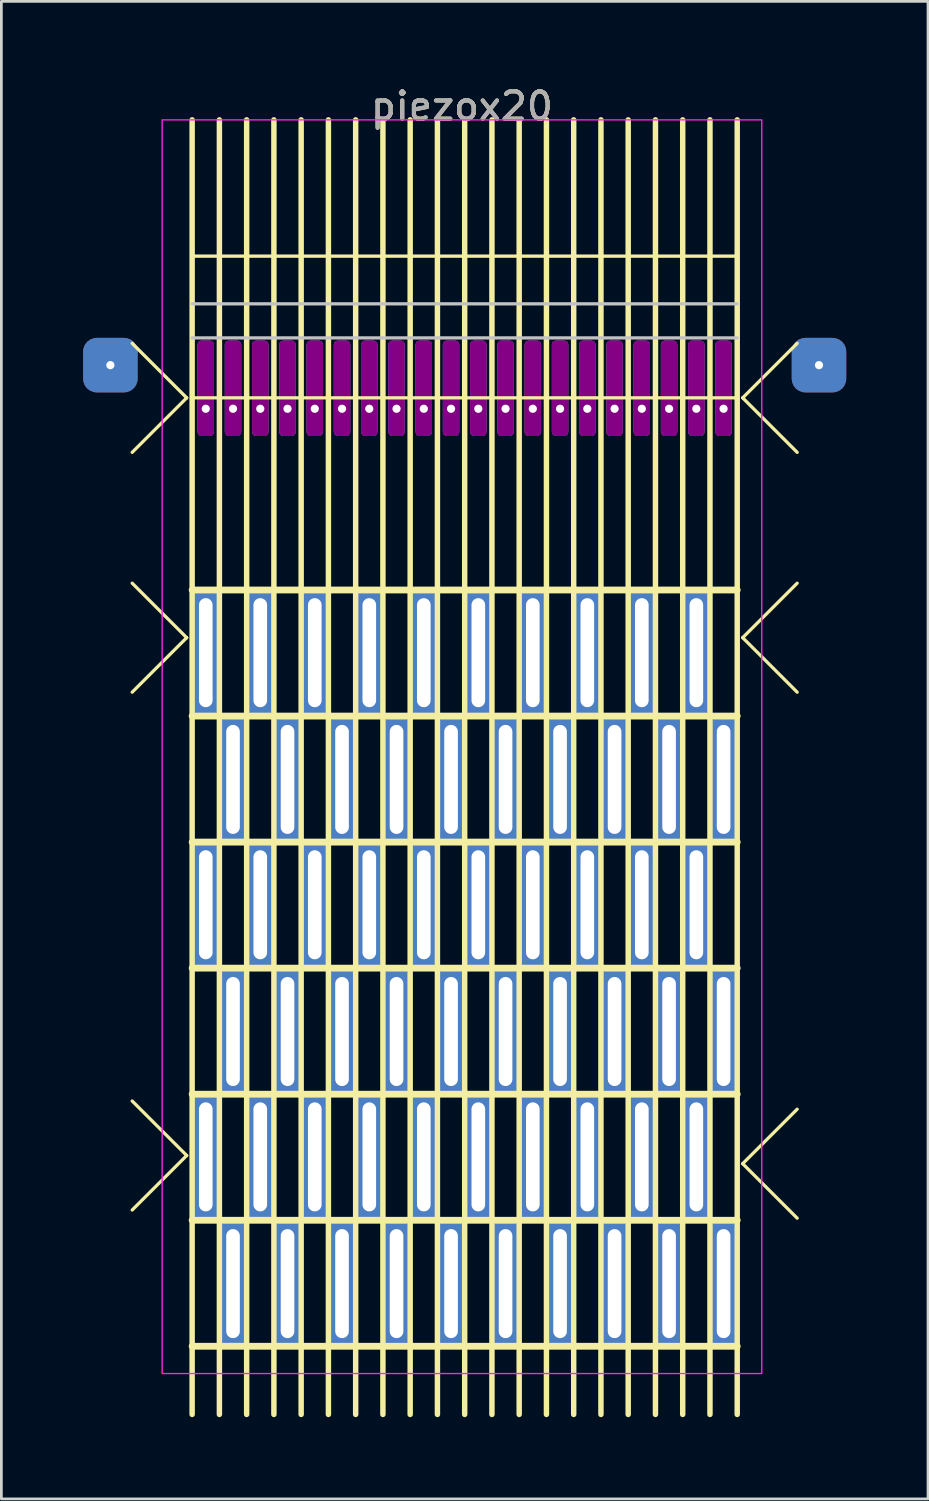
<source format=kicad_pcb>
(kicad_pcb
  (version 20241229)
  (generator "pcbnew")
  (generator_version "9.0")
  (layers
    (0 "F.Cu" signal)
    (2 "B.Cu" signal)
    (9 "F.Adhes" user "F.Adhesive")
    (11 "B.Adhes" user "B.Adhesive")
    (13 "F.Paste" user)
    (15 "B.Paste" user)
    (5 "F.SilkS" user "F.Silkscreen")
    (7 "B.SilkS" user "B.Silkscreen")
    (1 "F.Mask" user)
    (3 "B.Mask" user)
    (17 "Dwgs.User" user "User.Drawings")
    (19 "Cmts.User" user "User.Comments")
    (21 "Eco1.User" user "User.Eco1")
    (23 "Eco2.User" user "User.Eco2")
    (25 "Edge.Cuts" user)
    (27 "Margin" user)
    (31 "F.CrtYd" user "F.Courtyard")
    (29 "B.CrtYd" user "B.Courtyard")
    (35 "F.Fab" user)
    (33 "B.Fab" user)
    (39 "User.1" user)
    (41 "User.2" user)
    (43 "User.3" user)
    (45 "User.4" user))
  (footprint "piezox20"
    (layer "F.Cu")
    (at 13.9 6.348)
    (property "Reference" "piezox20" (at 0 -5.5 0) (unlocked yes) (layer "F.SilkS") (effects (font (size 1 1) (thickness 0.15))))
    (attr smd)
    (fp_line (start -12.1 31) (end -10.1 33) (stroke (width 0.12) (type solid)) (layer "F.SilkS"))
    (fp_line (start -10.1 5.2) (end -12.1 3.2) (stroke (width 0.12) (type solid)) (layer "F.SilkS"))
    (fp_line (start -10.1 5.2) (end -12.1 7.2) (stroke (width 0.12) (type solid)) (layer "F.SilkS"))
    (fp_line (start -10.1 14) (end -12.1 12) (stroke (width 0.12) (type solid)) (layer "F.SilkS"))
    (fp_line (start -10.1 14) (end -12.1 16) (stroke (width 0.12) (type solid)) (layer "F.SilkS"))
    (fp_line (start -10.1 33) (end -12.1 35) (stroke (width 0.12) (type solid)) (layer "F.SilkS"))
    (fp_line (start -9.9 -5) (end -9.9 42.5) (stroke (width 0.2) (type solid)) (layer "F.SilkS"))
    (fp_line (start -9.9 12.25) (end 10.1 12.25) (stroke (width 0.25) (type solid)) (layer "F.SilkS"))
    (fp_line (start -9.9 16.875) (end 10.1 16.875) (stroke (width 0.25) (type solid)) (layer "F.SilkS"))
    (fp_line (start -9.9 21.5) (end 10.1 21.5) (stroke (width 0.25) (type solid)) (layer "F.SilkS"))
    (fp_line (start -9.9 26.125) (end 10.1 26.125) (stroke (width 0.25) (type solid)) (layer "F.SilkS"))
    (fp_line (start -9.9 30.75) (end 10.1 30.75) (stroke (width 0.25) (type solid)) (layer "F.SilkS"))
    (fp_line (start -9.9 35.375) (end 10.1 35.375) (stroke (width 0.25) (type solid)) (layer "F.SilkS"))
    (fp_line (start -9.9 40) (end 10.1 40) (stroke (width 0.25) (type solid)) (layer "F.SilkS"))
    (fp_line (start -8.9 -5) (end -8.9 42.5) (stroke (width 0.2) (type solid)) (layer "F.SilkS"))
    (fp_line (start -7.9 -5) (end -7.9 42.5) (stroke (width 0.2) (type solid)) (layer "F.SilkS"))
    (fp_line (start -6.9 -5) (end -6.9 42.5) (stroke (width 0.2) (type solid)) (layer "F.SilkS"))
    (fp_line (start -5.9 -5) (end -5.9 42.5) (stroke (width 0.2) (type solid)) (layer "F.SilkS"))
    (fp_line (start -4.9 -5) (end -4.9 42.5) (stroke (width 0.2) (type solid)) (layer "F.SilkS"))
    (fp_line (start -3.9 -5) (end -3.9 42.5) (stroke (width 0.2) (type solid)) (layer "F.SilkS"))
    (fp_line (start -2.9 -5) (end -2.9 42.5) (stroke (width 0.2) (type solid)) (layer "F.SilkS"))
    (fp_line (start -1.9 -5) (end -1.9 42.5) (stroke (width 0.2) (type solid)) (layer "F.SilkS"))
    (fp_line (start -0.9 -5) (end -0.9 42.5) (stroke (width 0.2) (type solid)) (layer "F.SilkS"))
    (fp_line (start 0.1 -5) (end 0.1 42.5) (stroke (width 0.2) (type solid)) (layer "F.SilkS"))
    (fp_line (start 1.1 -5) (end 1.1 42.5) (stroke (width 0.2) (type solid)) (layer "F.SilkS"))
    (fp_line (start 2.1 -5) (end 2.1 42.5) (stroke (width 0.2) (type solid)) (layer "F.SilkS"))
    (fp_line (start 3.1 -5) (end 3.1 42.5) (stroke (width 0.2) (type solid)) (layer "F.SilkS"))
    (fp_line (start 4.1 -5) (end 4.1 42.5) (stroke (width 0.2) (type solid)) (layer "F.SilkS"))
    (fp_line (start 5.1 -5) (end 5.1 42.5) (stroke (width 0.2) (type solid)) (layer "F.SilkS"))
    (fp_line (start 6.1 -5) (end 6.1 42.5) (stroke (width 0.2) (type solid)) (layer "F.SilkS"))
    (fp_line (start 7.1 -5) (end 7.1 42.5) (stroke (width 0.2) (type solid)) (layer "F.SilkS"))
    (fp_line (start 8.1 -5) (end 8.1 42.5) (stroke (width 0.2) (type solid)) (layer "F.SilkS"))
    (fp_line (start 9.1 -5) (end 9.1 42.5) (stroke (width 0.2) (type solid)) (layer "F.SilkS"))
    (fp_line (start 10.1 -5) (end 10.1 42.5) (stroke (width 0.2) (type solid)) (layer "F.SilkS"))
    (fp_line (start 10.3 5.2) (end 12.3 3.2) (stroke (width 0.12) (type solid)) (layer "F.SilkS"))
    (fp_line (start 10.3 5.2) (end 12.3 7.2) (stroke (width 0.12) (type solid)) (layer "F.SilkS"))
    (fp_line (start 10.3 14) (end 12.3 12) (stroke (width 0.12) (type solid)) (layer "F.SilkS"))
    (fp_line (start 10.3 14) (end 12.3 16) (stroke (width 0.12) (type solid)) (layer "F.SilkS"))
    (fp_line (start 10.3 33.3) (end 12.3 31.3) (stroke (width 0.12) (type solid)) (layer "F.SilkS"))
    (fp_line (start 10.3 33.3) (end 12.3 35.3) (stroke (width 0.12) (type solid)) (layer "F.SilkS"))
    (fp_rect (start -9.9 0) (end 10.1 5.2) (stroke (width 0.12) (type solid)) (fill no) (layer "F.SilkS"))
    (fp_line (start -9.9 3) (end 10.1 3) (stroke (width 0.12) (type solid)) (layer "Dwgs.User"))
    (fp_line (start 10.1 1.75) (end -9.9 1.75) (stroke (width 0.12) (type solid)) (layer "Dwgs.User"))
    (fp_rect (start -11 41) (end 11 -5) (stroke (width 0.05) (type solid)) (fill no) (layer "F.CrtYd"))
    (fp_text user "${REFERENCE}" (at 0 -5.5 0) (unlocked yes) (layer "F.Fab") (effects (font (size 1 1) (thickness 0.15))))
    (pad "21" thru_hole roundrect (at -12.9 4) (size 2 2) (drill 0.3) (layers "*.Cu" "F.Mask") (roundrect_rratio 0.25))
    (pad "21" thru_hole roundrect (at -9.4 5.6) (size 0.6 3.5) (drill 0.3 (offset 0 -0.75)) (layers "*.Cu" "F.Mask" "F.Adhes") (roundrect_rratio 0.25))
    (pad "21" thru_hole roundrect (at -8.4 5.6) (size 0.6 3.5) (drill 0.3 (offset 0 -0.75)) (layers "*.Cu" "F.Mask" "F.Adhes") (roundrect_rratio 0.25))
    (pad "21" thru_hole roundrect (at -7.4 5.6) (size 0.6 3.5) (drill 0.3 (offset 0 -0.75)) (layers "*.Cu" "F.Mask" "F.Adhes") (roundrect_rratio 0.25))
    (pad "21" thru_hole roundrect (at -6.4 5.6) (size 0.6 3.5) (drill 0.3 (offset 0 -0.75)) (layers "*.Cu" "F.Mask" "F.Adhes") (roundrect_rratio 0.25))
    (pad "21" thru_hole roundrect (at -5.4 5.6) (size 0.6 3.5) (drill 0.3 (offset 0 -0.75)) (layers "*.Cu" "F.Mask" "F.Adhes") (roundrect_rratio 0.25))
    (pad "21" thru_hole roundrect (at -4.4 5.6) (size 0.6 3.5) (drill 0.3 (offset 0 -0.75)) (layers "*.Cu" "F.Mask" "F.Adhes") (roundrect_rratio 0.25))
    (pad "21" thru_hole roundrect (at -3.4 5.6) (size 0.6 3.5) (drill 0.3 (offset 0 -0.75)) (layers "*.Cu" "F.Mask" "F.Adhes") (roundrect_rratio 0.25))
    (pad "21" thru_hole roundrect (at -2.4 5.6) (size 0.6 3.5) (drill 0.3 (offset 0 -0.75)) (layers "*.Cu" "F.Mask" "F.Adhes") (roundrect_rratio 0.25))
    (pad "21" thru_hole roundrect (at -1.4 5.6) (size 0.6 3.5) (drill 0.3 (offset 0 -0.75)) (layers "*.Cu" "F.Mask" "F.Adhes") (roundrect_rratio 0.25))
    (pad "21" thru_hole roundrect (at -0.4 5.6) (size 0.6 3.5) (drill 0.3 (offset 0 -0.75)) (layers "*.Cu" "F.Mask" "F.Adhes") (roundrect_rratio 0.25))
    (pad "21" thru_hole roundrect (at 0.6 5.6) (size 0.6 3.5) (drill 0.3 (offset 0 -0.75)) (layers "*.Cu" "F.Mask" "F.Adhes") (roundrect_rratio 0.25))
    (pad "21" thru_hole roundrect (at 1.6 5.6) (size 0.6 3.5) (drill 0.3 (offset 0 -0.75)) (layers "*.Cu" "F.Mask" "F.Adhes") (roundrect_rratio 0.25))
    (pad "21" thru_hole roundrect (at 2.6 5.6) (size 0.6 3.5) (drill 0.3 (offset 0 -0.75)) (layers "*.Cu" "F.Mask" "F.Adhes") (roundrect_rratio 0.25))
    (pad "21" thru_hole roundrect (at 3.6 5.6) (size 0.6 3.5) (drill 0.3 (offset 0 -0.75)) (layers "*.Cu" "F.Mask" "F.Adhes") (roundrect_rratio 0.25))
    (pad "21" thru_hole roundrect (at 4.6 5.6) (size 0.6 3.5) (drill 0.3 (offset 0 -0.75)) (layers "*.Cu" "F.Mask" "F.Adhes") (roundrect_rratio 0.25))
    (pad "21" thru_hole roundrect (at 5.6 5.6) (size 0.6 3.5) (drill 0.3 (offset 0 -0.75)) (layers "*.Cu" "F.Mask" "F.Adhes") (roundrect_rratio 0.25))
    (pad "21" thru_hole roundrect (at 6.6 5.6) (size 0.6 3.5) (drill 0.3 (offset 0 -0.75)) (layers "*.Cu" "F.Mask" "F.Adhes") (roundrect_rratio 0.25))
    (pad "21" thru_hole roundrect (at 7.6 5.6) (size 0.6 3.5) (drill 0.3 (offset 0 -0.75)) (layers "*.Cu" "F.Mask" "F.Adhes") (roundrect_rratio 0.25))
    (pad "21" thru_hole roundrect (at 8.6 5.6) (size 0.6 3.5) (drill 0.3 (offset 0 -0.75)) (layers "*.Cu" "F.Mask" "F.Adhes") (roundrect_rratio 0.25))
    (pad "21" thru_hole roundrect (at 9.6 5.6) (size 0.6 3.5) (drill 0.3 (offset 0 -0.75)) (layers "*.Cu" "F.Mask" "F.Adhes") (roundrect_rratio 0.25))
    (pad "21" thru_hole roundrect (at 13.1 4) (size 2 2) (drill 0.3) (layers "*.Cu" "F.Mask") (roundrect_rratio 0.25))
    (pad "22" thru_hole roundrect (at -9.4 14.55) (size 1 4.5) (drill oval 0.5 4) (layers "*.Cu" "*.Mask") (roundrect_rratio 0.25))
    (pad "22" thru_hole roundrect (at -9.4 23.8) (size 1 4.5) (drill oval 0.5 4) (layers "*.Cu" "*.Mask") (roundrect_rratio 0.25))
    (pad "22" thru_hole roundrect (at -9.4 33.05) (size 1 4.5) (drill oval 0.5 4) (layers "*.Cu" "*.Mask") (roundrect_rratio 0.25))
    (pad "22" thru_hole roundrect (at -8.4 19.2) (size 1 4.5) (drill oval 0.5 4) (layers "*.Cu" "*.Mask") (roundrect_rratio 0.25))
    (pad "22" thru_hole roundrect (at -8.4 28.45) (size 1 4.5) (drill oval 0.5 4) (layers "*.Cu" "*.Mask") (roundrect_rratio 0.25))
    (pad "22" thru_hole roundrect (at -8.4 37.7) (size 1 4.5) (drill oval 0.5 4) (layers "*.Cu" "*.Mask") (roundrect_rratio 0.25))
    (pad "22" thru_hole roundrect (at -7.4 14.55) (size 1 4.5) (drill oval 0.5 4) (layers "*.Cu" "*.Mask") (roundrect_rratio 0.25))
    (pad "22" thru_hole roundrect (at -7.4 23.8) (size 1 4.5) (drill oval 0.5 4) (layers "*.Cu" "*.Mask") (roundrect_rratio 0.25))
    (pad "22" thru_hole roundrect (at -7.4 33.05) (size 1 4.5) (drill oval 0.5 4) (layers "*.Cu" "*.Mask") (roundrect_rratio 0.25))
    (pad "22" thru_hole roundrect (at -6.4 19.2) (size 1 4.5) (drill oval 0.5 4) (layers "*.Cu" "*.Mask") (roundrect_rratio 0.25))
    (pad "22" thru_hole roundrect (at -6.4 28.45) (size 1 4.5) (drill oval 0.5 4) (layers "*.Cu" "*.Mask") (roundrect_rratio 0.25))
    (pad "22" thru_hole roundrect (at -6.4 37.7) (size 1 4.5) (drill oval 0.5 4) (layers "*.Cu" "*.Mask") (roundrect_rratio 0.25))
    (pad "22" thru_hole roundrect (at -5.4 14.55) (size 1 4.5) (drill oval 0.5 4) (layers "*.Cu" "*.Mask") (roundrect_rratio 0.25))
    (pad "22" thru_hole roundrect (at -5.4 23.8) (size 1 4.5) (drill oval 0.5 4) (layers "*.Cu" "*.Mask") (roundrect_rratio 0.25))
    (pad "22" thru_hole roundrect (at -5.4 33.05) (size 1 4.5) (drill oval 0.5 4) (layers "*.Cu" "*.Mask") (roundrect_rratio 0.25))
    (pad "22" thru_hole roundrect (at -4.4 19.2) (size 1 4.5) (drill oval 0.5 4) (layers "*.Cu" "*.Mask") (roundrect_rratio 0.25))
    (pad "22" thru_hole roundrect (at -4.4 28.45) (size 1 4.5) (drill oval 0.5 4) (layers "*.Cu" "*.Mask") (roundrect_rratio 0.25))
    (pad "22" thru_hole roundrect (at -4.4 37.7) (size 1 4.5) (drill oval 0.5 4) (layers "*.Cu" "*.Mask") (roundrect_rratio 0.25))
    (pad "22" thru_hole roundrect (at -3.4 14.55) (size 1 4.5) (drill oval 0.5 4) (layers "*.Cu" "*.Mask") (roundrect_rratio 0.25))
    (pad "22" thru_hole roundrect (at -3.4 23.8) (size 1 4.5) (drill oval 0.5 4) (layers "*.Cu" "*.Mask") (roundrect_rratio 0.25))
    (pad "22" thru_hole roundrect (at -3.4 33.05) (size 1 4.5) (drill oval 0.5 4) (layers "*.Cu" "*.Mask") (roundrect_rratio 0.25))
    (pad "22" thru_hole roundrect (at -2.4 19.2) (size 1 4.5) (drill oval 0.5 4) (layers "*.Cu" "*.Mask") (roundrect_rratio 0.25))
    (pad "22" thru_hole roundrect (at -2.4 28.45) (size 1 4.5) (drill oval 0.5 4) (layers "*.Cu" "*.Mask") (roundrect_rratio 0.25))
    (pad "22" thru_hole roundrect (at -2.4 37.7) (size 1 4.5) (drill oval 0.5 4) (layers "*.Cu" "*.Mask") (roundrect_rratio 0.25))
    (pad "22" thru_hole roundrect (at -1.4 14.55) (size 1 4.5) (drill oval 0.5 4) (layers "*.Cu" "*.Mask") (roundrect_rratio 0.25))
    (pad "22" thru_hole roundrect (at -1.4 23.8) (size 1 4.5) (drill oval 0.5 4) (layers "*.Cu" "*.Mask") (roundrect_rratio 0.25))
    (pad "22" thru_hole roundrect (at -1.4 33.05) (size 1 4.5) (drill oval 0.5 4) (layers "*.Cu" "*.Mask") (roundrect_rratio 0.25))
    (pad "22" thru_hole roundrect (at -0.4 19.2) (size 1 4.5) (drill oval 0.5 4) (layers "*.Cu" "*.Mask") (roundrect_rratio 0.25))
    (pad "22" thru_hole roundrect (at -0.4 28.45) (size 1 4.5) (drill oval 0.5 4) (layers "*.Cu" "*.Mask") (roundrect_rratio 0.25))
    (pad "22" thru_hole roundrect (at -0.4 37.7) (size 1 4.5) (drill oval 0.5 4) (layers "*.Cu" "*.Mask") (roundrect_rratio 0.25))
    (pad "22" thru_hole roundrect (at 0.6 14.55) (size 1 4.5) (drill oval 0.5 4) (layers "*.Cu" "*.Mask") (roundrect_rratio 0.25))
    (pad "22" thru_hole roundrect (at 0.6 23.8) (size 1 4.5) (drill oval 0.5 4) (layers "*.Cu" "*.Mask") (roundrect_rratio 0.25))
    (pad "22" thru_hole roundrect (at 0.6 33.05) (size 1 4.5) (drill oval 0.5 4) (layers "*.Cu" "*.Mask") (roundrect_rratio 0.25))
    (pad "22" thru_hole roundrect (at 1.6 19.2) (size 1 4.5) (drill oval 0.5 4) (layers "*.Cu" "*.Mask") (roundrect_rratio 0.25))
    (pad "22" thru_hole roundrect (at 1.6 28.45) (size 1 4.5) (drill oval 0.5 4) (layers "*.Cu" "*.Mask") (roundrect_rratio 0.25))
    (pad "22" thru_hole roundrect (at 1.6 37.7) (size 1 4.5) (drill oval 0.5 4) (layers "*.Cu" "*.Mask") (roundrect_rratio 0.25))
    (pad "22" thru_hole roundrect (at 2.6 14.55) (size 1 4.5) (drill oval 0.5 4) (layers "*.Cu" "*.Mask") (roundrect_rratio 0.25))
    (pad "22" thru_hole roundrect (at 2.6 23.8) (size 1 4.5) (drill oval 0.5 4) (layers "*.Cu" "*.Mask") (roundrect_rratio 0.25))
    (pad "22" thru_hole roundrect (at 2.6 33.05) (size 1 4.5) (drill oval 0.5 4) (layers "*.Cu" "*.Mask") (roundrect_rratio 0.25))
    (pad "22" thru_hole roundrect (at 3.6 19.2) (size 1 4.5) (drill oval 0.5 4) (layers "*.Cu" "*.Mask") (roundrect_rratio 0.25))
    (pad "22" thru_hole roundrect (at 3.6 28.45) (size 1 4.5) (drill oval 0.5 4) (layers "*.Cu" "*.Mask") (roundrect_rratio 0.25))
    (pad "22" thru_hole roundrect (at 3.6 37.7) (size 1 4.5) (drill oval 0.5 4) (layers "*.Cu" "*.Mask") (roundrect_rratio 0.25))
    (pad "22" thru_hole roundrect (at 4.6 14.55) (size 1 4.5) (drill oval 0.5 4) (layers "*.Cu" "*.Mask") (roundrect_rratio 0.25))
    (pad "22" thru_hole roundrect (at 4.6 23.8) (size 1 4.5) (drill oval 0.5 4) (layers "*.Cu" "*.Mask") (roundrect_rratio 0.25))
    (pad "22" thru_hole roundrect (at 4.6 33.05) (size 1 4.5) (drill oval 0.5 4) (layers "*.Cu" "*.Mask") (roundrect_rratio 0.25))
    (pad "22" thru_hole roundrect (at 5.6 19.2) (size 1 4.5) (drill oval 0.5 4) (layers "*.Cu" "*.Mask") (roundrect_rratio 0.25))
    (pad "22" thru_hole roundrect (at 5.6 28.45) (size 1 4.5) (drill oval 0.5 4) (layers "*.Cu" "*.Mask") (roundrect_rratio 0.25))
    (pad "22" thru_hole roundrect (at 5.6 37.7) (size 1 4.5) (drill oval 0.5 4) (layers "*.Cu" "*.Mask") (roundrect_rratio 0.25))
    (pad "22" thru_hole roundrect (at 6.6 14.55) (size 1 4.5) (drill oval 0.5 4) (layers "*.Cu" "*.Mask") (roundrect_rratio 0.25))
    (pad "22" thru_hole roundrect (at 6.6 23.8) (size 1 4.5) (drill oval 0.5 4) (layers "*.Cu" "*.Mask") (roundrect_rratio 0.25))
    (pad "22" thru_hole roundrect (at 6.6 33.05) (size 1 4.5) (drill oval 0.5 4) (layers "*.Cu" "*.Mask") (roundrect_rratio 0.25))
    (pad "22" thru_hole roundrect (at 7.6 19.2) (size 1 4.5) (drill oval 0.5 4) (layers "*.Cu" "*.Mask") (roundrect_rratio 0.25))
    (pad "22" thru_hole roundrect (at 7.6 28.45) (size 1 4.5) (drill oval 0.5 4) (layers "*.Cu" "*.Mask") (roundrect_rratio 0.25))
    (pad "22" thru_hole roundrect (at 7.6 37.7) (size 1 4.5) (drill oval 0.5 4) (layers "*.Cu" "*.Mask") (roundrect_rratio 0.25))
    (pad "22" thru_hole roundrect (at 8.6 14.55) (size 1 4.5) (drill oval 0.5 4) (layers "*.Cu" "*.Mask") (roundrect_rratio 0.25))
    (pad "22" thru_hole roundrect (at 8.6 23.8) (size 1 4.5) (drill oval 0.5 4) (layers "*.Cu" "*.Mask") (roundrect_rratio 0.25))
    (pad "22" thru_hole roundrect (at 8.6 33.05) (size 1 4.5) (drill oval 0.5 4) (layers "*.Cu" "*.Mask") (roundrect_rratio 0.25))
    (pad "22" thru_hole roundrect (at 9.6 19.2) (size 1 4.5) (drill oval 0.5 4) (layers "*.Cu" "*.Mask") (roundrect_rratio 0.25))
    (pad "22" thru_hole roundrect (at 9.6 28.45) (size 1 4.5) (drill oval 0.5 4) (layers "*.Cu" "*.Mask") (roundrect_rratio 0.25))
    (pad "22" thru_hole roundrect (at 9.6 37.7) (size 1 4.5) (drill oval 0.5 4) (layers "*.Cu" "*.Mask") (roundrect_rratio 0.25)))
  (gr_rect
    (start -3 -3)
    (end 31 51.948)
    (stroke (width 0.1) (type default))
    (fill no)
    (layer "Edge.Cuts")))
</source>
